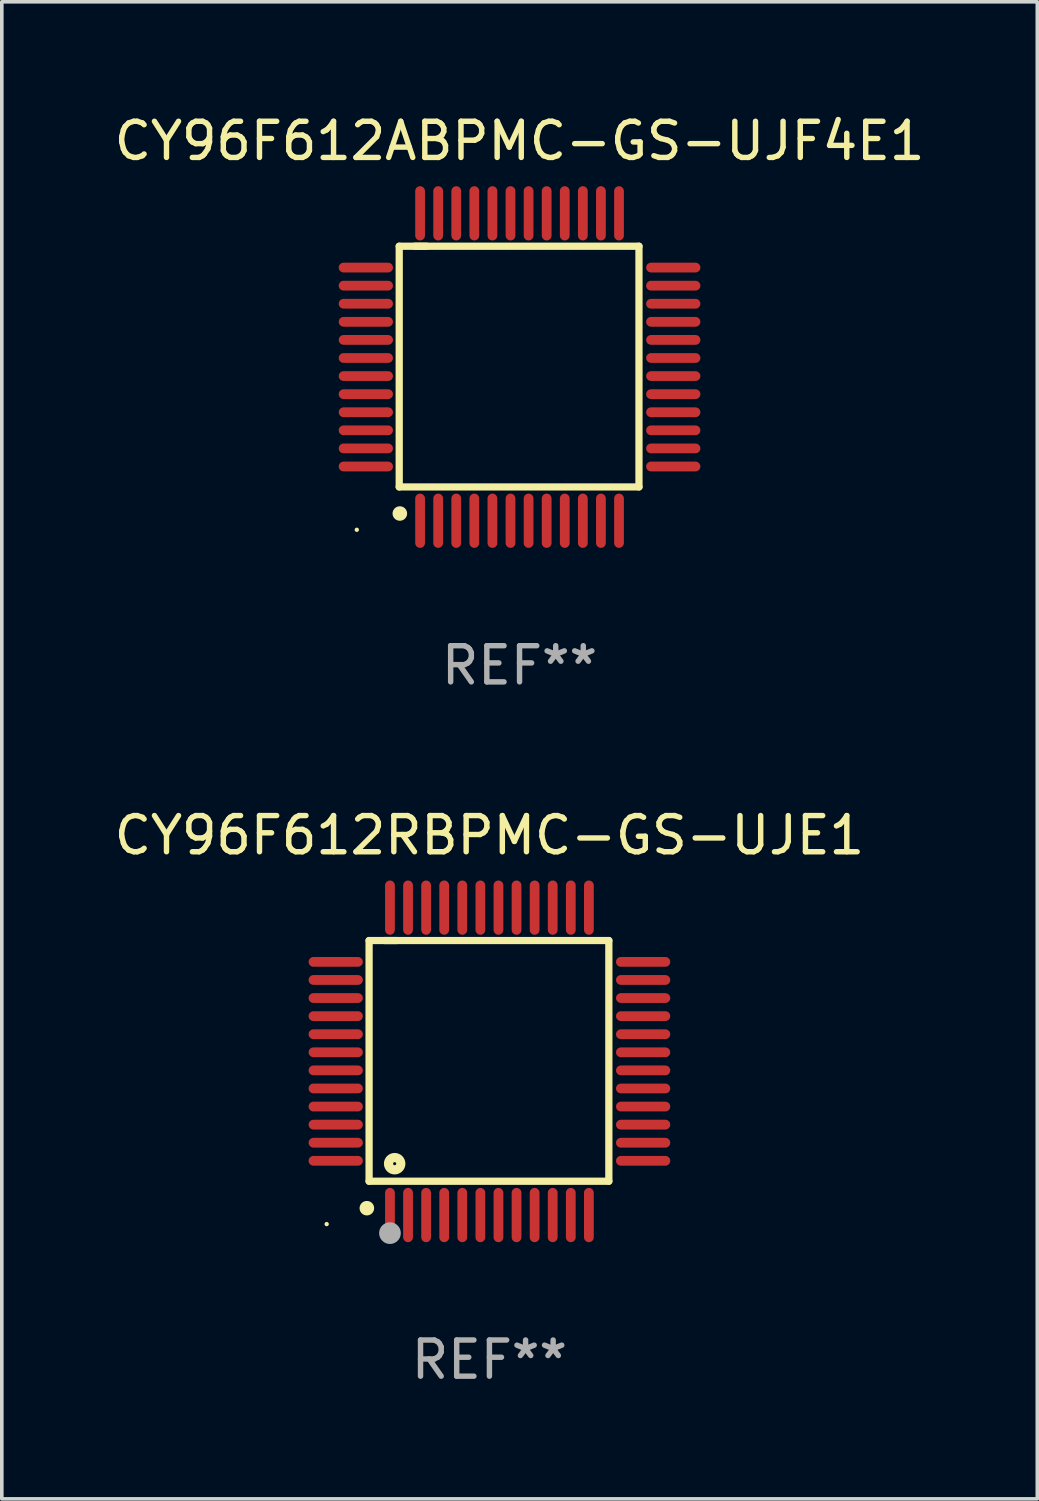
<source format=kicad_pcb>
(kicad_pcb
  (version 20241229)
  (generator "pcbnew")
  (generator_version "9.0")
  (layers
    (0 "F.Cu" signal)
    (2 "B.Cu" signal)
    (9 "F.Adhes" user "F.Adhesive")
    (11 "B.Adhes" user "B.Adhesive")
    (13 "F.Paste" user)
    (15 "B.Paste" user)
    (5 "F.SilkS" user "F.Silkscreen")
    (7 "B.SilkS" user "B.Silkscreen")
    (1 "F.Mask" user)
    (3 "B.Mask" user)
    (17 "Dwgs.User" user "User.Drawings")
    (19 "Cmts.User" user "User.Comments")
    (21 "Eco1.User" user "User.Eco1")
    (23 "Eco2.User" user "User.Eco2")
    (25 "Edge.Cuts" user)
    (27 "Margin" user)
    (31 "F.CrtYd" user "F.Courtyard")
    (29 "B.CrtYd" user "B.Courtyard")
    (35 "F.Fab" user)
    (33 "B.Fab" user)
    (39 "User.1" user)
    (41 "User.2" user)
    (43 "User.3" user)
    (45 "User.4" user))
  (footprint "CY96F612ABPMC-GS-UJF4E1"
    (layer "F.Cu")
    (at 11.315 7.098)
    (property "Reference" "CY96F612ABPMC-GS-UJF4E1" (at 0 -6.25 0) (layer "F.SilkS") (effects (font (size 1 1) (thickness 0.15))))
    (attr through_hole)
    (fp_line (start -3.327 -3.34) (end -2.565 -3.34) (stroke (width 0.2) (type solid)) (layer "F.SilkS"))
    (fp_line (start -3.327 3.315) (end -3.327 -3.34) (stroke (width 0.2) (type solid)) (layer "F.SilkS"))
    (fp_line (start -2.896 -3.34) (end 3.302 -3.34) (stroke (width 0.2) (type solid)) (layer "F.SilkS"))
    (fp_line (start 3.302 -3.34) (end 3.302 3.315) (stroke (width 0.2) (type solid)) (layer "F.SilkS"))
    (fp_line (start 3.302 3.315) (end -3.327 3.315) (stroke (width 0.2) (type solid)) (layer "F.SilkS"))
    (fp_arc (start -3.311278 4.050013) (mid -3.310008 4.050009) (end -3.308738 4.050013) (stroke (width 0.4) (type solid)) (layer "F.SilkS"))
    (fp_circle (center -4.5 4.5) (end -4.47 4.5) (stroke (width 0.06) (type solid)) (fill no) (layer "F.SilkS"))
    (fp_text user "REF**" (at 0 8.25 0) (layer "F.Fab") (effects (font (size 1 1) (thickness 0.15))))
    (pad "1" smd oval (at -2.75 4.25) (size 0.27 1.5) (layers "F.Cu" "F.Mask" "F.Paste"))
    (pad "2" smd oval (at -2.25 4.25) (size 0.27 1.5) (layers "F.Cu" "F.Mask" "F.Paste"))
    (pad "3" smd oval (at -1.75 4.25) (size 0.27 1.5) (layers "F.Cu" "F.Mask" "F.Paste"))
    (pad "4" smd oval (at -1.25 4.25) (size 0.27 1.5) (layers "F.Cu" "F.Mask" "F.Paste"))
    (pad "5" smd oval (at -0.75 4.25) (size 0.27 1.5) (layers "F.Cu" "F.Mask" "F.Paste"))
    (pad "6" smd oval (at -0.25 4.25) (size 0.27 1.5) (layers "F.Cu" "F.Mask" "F.Paste"))
    (pad "7" smd oval (at 0.25 4.25) (size 0.27 1.5) (layers "F.Cu" "F.Mask" "F.Paste"))
    (pad "8" smd oval (at 0.75 4.25) (size 0.27 1.5) (layers "F.Cu" "F.Mask" "F.Paste"))
    (pad "9" smd oval (at 1.25 4.25) (size 0.27 1.5) (layers "F.Cu" "F.Mask" "F.Paste"))
    (pad "10" smd oval (at 1.75 4.25) (size 0.27 1.5) (layers "F.Cu" "F.Mask" "F.Paste"))
    (pad "11" smd oval (at 2.25 4.25) (size 0.27 1.5) (layers "F.Cu" "F.Mask" "F.Paste"))
    (pad "12" smd oval (at 2.75 4.25) (size 0.27 1.5) (layers "F.Cu" "F.Mask" "F.Paste"))
    (pad "13" smd oval (at 4.25 2.75) (size 1.5 0.27) (layers "F.Cu" "F.Mask" "F.Paste"))
    (pad "14" smd oval (at 4.25 2.25) (size 1.5 0.27) (layers "F.Cu" "F.Mask" "F.Paste"))
    (pad "15" smd oval (at 4.25 1.75) (size 1.5 0.27) (layers "F.Cu" "F.Mask" "F.Paste"))
    (pad "16" smd oval (at 4.25 1.25) (size 1.5 0.27) (layers "F.Cu" "F.Mask" "F.Paste"))
    (pad "17" smd oval (at 4.25 0.75) (size 1.5 0.27) (layers "F.Cu" "F.Mask" "F.Paste"))
    (pad "18" smd oval (at 4.25 0.25) (size 1.5 0.27) (layers "F.Cu" "F.Mask" "F.Paste"))
    (pad "19" smd oval (at 4.25 -0.25) (size 1.5 0.27) (layers "F.Cu" "F.Mask" "F.Paste"))
    (pad "20" smd oval (at 4.25 -0.75) (size 1.5 0.27) (layers "F.Cu" "F.Mask" "F.Paste"))
    (pad "21" smd oval (at 4.25 -1.25) (size 1.5 0.27) (layers "F.Cu" "F.Mask" "F.Paste"))
    (pad "22" smd oval (at 4.25 -1.75) (size 1.5 0.27) (layers "F.Cu" "F.Mask" "F.Paste"))
    (pad "23" smd oval (at 4.25 -2.25) (size 1.5 0.27) (layers "F.Cu" "F.Mask" "F.Paste"))
    (pad "24" smd oval (at 4.25 -2.75) (size 1.5 0.27) (layers "F.Cu" "F.Mask" "F.Paste"))
    (pad "25" smd oval (at 2.75 -4.25) (size 0.27 1.5) (layers "F.Cu" "F.Mask" "F.Paste"))
    (pad "26" smd oval (at 2.25 -4.25) (size 0.27 1.5) (layers "F.Cu" "F.Mask" "F.Paste"))
    (pad "27" smd oval (at 1.75 -4.25) (size 0.27 1.5) (layers "F.Cu" "F.Mask" "F.Paste"))
    (pad "28" smd oval (at 1.25 -4.25) (size 0.27 1.5) (layers "F.Cu" "F.Mask" "F.Paste"))
    (pad "29" smd oval (at 0.75 -4.25) (size 0.27 1.5) (layers "F.Cu" "F.Mask" "F.Paste"))
    (pad "30" smd oval (at 0.25 -4.25) (size 0.27 1.5) (layers "F.Cu" "F.Mask" "F.Paste"))
    (pad "31" smd oval (at -0.25 -4.25) (size 0.27 1.5) (layers "F.Cu" "F.Mask" "F.Paste"))
    (pad "32" smd oval (at -0.75 -4.25) (size 0.27 1.5) (layers "F.Cu" "F.Mask" "F.Paste"))
    (pad "33" smd oval (at -1.25 -4.25) (size 0.27 1.5) (layers "F.Cu" "F.Mask" "F.Paste"))
    (pad "34" smd oval (at -1.75 -4.25) (size 0.27 1.5) (layers "F.Cu" "F.Mask" "F.Paste"))
    (pad "35" smd oval (at -2.25 -4.25) (size 0.27 1.5) (layers "F.Cu" "F.Mask" "F.Paste"))
    (pad "36" smd oval (at -2.75 -4.25) (size 0.27 1.5) (layers "F.Cu" "F.Mask" "F.Paste"))
    (pad "37" smd oval (at -4.25 -2.75) (size 1.5 0.27) (layers "F.Cu" "F.Mask" "F.Paste"))
    (pad "38" smd oval (at -4.25 -2.25) (size 1.5 0.27) (layers "F.Cu" "F.Mask" "F.Paste"))
    (pad "39" smd oval (at -4.25 -1.75) (size 1.5 0.27) (layers "F.Cu" "F.Mask" "F.Paste"))
    (pad "40" smd oval (at -4.25 -1.25) (size 1.5 0.27) (layers "F.Cu" "F.Mask" "F.Paste"))
    (pad "41" smd oval (at -4.25 -0.75) (size 1.5 0.27) (layers "F.Cu" "F.Mask" "F.Paste"))
    (pad "42" smd oval (at -4.25 -0.25) (size 1.5 0.27) (layers "F.Cu" "F.Mask" "F.Paste"))
    (pad "43" smd oval (at -4.25 0.25) (size 1.5 0.27) (layers "F.Cu" "F.Mask" "F.Paste"))
    (pad "44" smd oval (at -4.25 0.75) (size 1.5 0.27) (layers "F.Cu" "F.Mask" "F.Paste"))
    (pad "45" smd oval (at -4.25 1.25) (size 1.5 0.27) (layers "F.Cu" "F.Mask" "F.Paste"))
    (pad "46" smd oval (at -4.25 1.75) (size 1.5 0.27) (layers "F.Cu" "F.Mask" "F.Paste"))
    (pad "47" smd oval (at -4.25 2.25) (size 1.5 0.27) (layers "F.Cu" "F.Mask" "F.Paste"))
    (pad "48" smd oval (at -4.25 2.75) (size 1.5 0.27) (layers "F.Cu" "F.Mask" "F.Paste")))
  (footprint "CY96F612RBPMC-GS-UJE1"
    (layer "F.Cu")
    (at 10.482 26.295)
    (property "Reference" "CY96F612RBPMC-GS-UJE1" (at 0 -6.25 0) (layer "F.SilkS") (effects (font (size 1 1) (thickness 0.15))))
    (attr through_hole)
    (fp_line (start -3.327 -3.34) (end -2.565 -3.34) (stroke (width 0.2) (type solid)) (layer "F.SilkS"))
    (fp_line (start -3.327 3.315) (end -3.327 -3.34) (stroke (width 0.2) (type solid)) (layer "F.SilkS"))
    (fp_line (start -2.896 -3.34) (end 3.302 -3.34) (stroke (width 0.2) (type solid)) (layer "F.SilkS"))
    (fp_line (start 3.302 -3.34) (end 3.302 3.315) (stroke (width 0.2) (type solid)) (layer "F.SilkS"))
    (fp_line (start 3.302 3.315) (end -3.327 3.315) (stroke (width 0.2) (type solid)) (layer "F.SilkS"))
    (fp_arc (start -3.389992 4.059995) (mid -3.388722 4.059991) (end -3.387452 4.059995) (stroke (width 0.4) (type solid)) (layer "F.SilkS"))
    (fp_circle (center -4.5 4.5) (end -4.47 4.5) (stroke (width 0.06) (type solid)) (fill no) (layer "F.SilkS"))
    (fp_circle (center -2.62 2.83) (end -2.45 2.83) (stroke (width 0.254) (type solid)) (fill no) (layer "F.SilkS"))
    (fp_circle (center -2.75 4.75) (end -2.6 4.75) (stroke (width 0.3) (type solid)) (fill no) (layer "F.Fab"))
    (fp_text user "REF**" (at 0 8.25 0) (layer "F.Fab") (effects (font (size 1 1) (thickness 0.15))))
    (pad "1" smd oval (at -2.75 4.25) (size 0.27 1.5) (layers "F.Cu" "F.Mask" "F.Paste"))
    (pad "2" smd oval (at -2.25 4.25) (size 0.27 1.5) (layers "F.Cu" "F.Mask" "F.Paste"))
    (pad "3" smd oval (at -1.75 4.25) (size 0.27 1.5) (layers "F.Cu" "F.Mask" "F.Paste"))
    (pad "4" smd oval (at -1.25 4.25) (size 0.27 1.5) (layers "F.Cu" "F.Mask" "F.Paste"))
    (pad "5" smd oval (at -0.75 4.25) (size 0.27 1.5) (layers "F.Cu" "F.Mask" "F.Paste"))
    (pad "6" smd oval (at -0.25 4.25) (size 0.27 1.5) (layers "F.Cu" "F.Mask" "F.Paste"))
    (pad "7" smd oval (at 0.25 4.25) (size 0.27 1.5) (layers "F.Cu" "F.Mask" "F.Paste"))
    (pad "8" smd oval (at 0.75 4.25) (size 0.27 1.5) (layers "F.Cu" "F.Mask" "F.Paste"))
    (pad "9" smd oval (at 1.25 4.25) (size 0.27 1.5) (layers "F.Cu" "F.Mask" "F.Paste"))
    (pad "10" smd oval (at 1.75 4.25) (size 0.27 1.5) (layers "F.Cu" "F.Mask" "F.Paste"))
    (pad "11" smd oval (at 2.25 4.25) (size 0.27 1.5) (layers "F.Cu" "F.Mask" "F.Paste"))
    (pad "12" smd oval (at 2.75 4.25) (size 0.27 1.5) (layers "F.Cu" "F.Mask" "F.Paste"))
    (pad "13" smd oval (at 4.25 2.75) (size 1.5 0.27) (layers "F.Cu" "F.Mask" "F.Paste"))
    (pad "14" smd oval (at 4.25 2.25) (size 1.5 0.27) (layers "F.Cu" "F.Mask" "F.Paste"))
    (pad "15" smd oval (at 4.25 1.75) (size 1.5 0.27) (layers "F.Cu" "F.Mask" "F.Paste"))
    (pad "16" smd oval (at 4.25 1.25) (size 1.5 0.27) (layers "F.Cu" "F.Mask" "F.Paste"))
    (pad "17" smd oval (at 4.25 0.75) (size 1.5 0.27) (layers "F.Cu" "F.Mask" "F.Paste"))
    (pad "18" smd oval (at 4.25 0.25) (size 1.5 0.27) (layers "F.Cu" "F.Mask" "F.Paste"))
    (pad "19" smd oval (at 4.25 -0.25) (size 1.5 0.27) (layers "F.Cu" "F.Mask" "F.Paste"))
    (pad "20" smd oval (at 4.25 -0.75) (size 1.5 0.27) (layers "F.Cu" "F.Mask" "F.Paste"))
    (pad "21" smd oval (at 4.25 -1.25) (size 1.5 0.27) (layers "F.Cu" "F.Mask" "F.Paste"))
    (pad "22" smd oval (at 4.25 -1.75) (size 1.5 0.27) (layers "F.Cu" "F.Mask" "F.Paste"))
    (pad "23" smd oval (at 4.25 -2.25) (size 1.5 0.27) (layers "F.Cu" "F.Mask" "F.Paste"))
    (pad "24" smd oval (at 4.25 -2.75) (size 1.5 0.27) (layers "F.Cu" "F.Mask" "F.Paste"))
    (pad "25" smd oval (at 2.75 -4.25) (size 0.27 1.5) (layers "F.Cu" "F.Mask" "F.Paste"))
    (pad "26" smd oval (at 2.25 -4.25) (size 0.27 1.5) (layers "F.Cu" "F.Mask" "F.Paste"))
    (pad "27" smd oval (at 1.75 -4.25) (size 0.27 1.5) (layers "F.Cu" "F.Mask" "F.Paste"))
    (pad "28" smd oval (at 1.25 -4.25) (size 0.27 1.5) (layers "F.Cu" "F.Mask" "F.Paste"))
    (pad "29" smd oval (at 0.75 -4.25) (size 0.27 1.5) (layers "F.Cu" "F.Mask" "F.Paste"))
    (pad "30" smd oval (at 0.25 -4.25) (size 0.27 1.5) (layers "F.Cu" "F.Mask" "F.Paste"))
    (pad "31" smd oval (at -0.25 -4.25) (size 0.27 1.5) (layers "F.Cu" "F.Mask" "F.Paste"))
    (pad "32" smd oval (at -0.75 -4.25) (size 0.27 1.5) (layers "F.Cu" "F.Mask" "F.Paste"))
    (pad "33" smd oval (at -1.25 -4.25) (size 0.27 1.5) (layers "F.Cu" "F.Mask" "F.Paste"))
    (pad "34" smd oval (at -1.75 -4.25) (size 0.27 1.5) (layers "F.Cu" "F.Mask" "F.Paste"))
    (pad "35" smd oval (at -2.25 -4.25) (size 0.27 1.5) (layers "F.Cu" "F.Mask" "F.Paste"))
    (pad "36" smd oval (at -2.75 -4.25) (size 0.27 1.5) (layers "F.Cu" "F.Mask" "F.Paste"))
    (pad "37" smd oval (at -4.25 -2.75) (size 1.5 0.27) (layers "F.Cu" "F.Mask" "F.Paste"))
    (pad "38" smd oval (at -4.25 -2.25) (size 1.5 0.27) (layers "F.Cu" "F.Mask" "F.Paste"))
    (pad "39" smd oval (at -4.25 -1.75) (size 1.5 0.27) (layers "F.Cu" "F.Mask" "F.Paste"))
    (pad "40" smd oval (at -4.25 -1.25) (size 1.5 0.27) (layers "F.Cu" "F.Mask" "F.Paste"))
    (pad "41" smd oval (at -4.25 -0.75) (size 1.5 0.27) (layers "F.Cu" "F.Mask" "F.Paste"))
    (pad "42" smd oval (at -4.25 -0.25) (size 1.5 0.27) (layers "F.Cu" "F.Mask" "F.Paste"))
    (pad "43" smd oval (at -4.25 0.25) (size 1.5 0.27) (layers "F.Cu" "F.Mask" "F.Paste"))
    (pad "44" smd oval (at -4.25 0.75) (size 1.5 0.27) (layers "F.Cu" "F.Mask" "F.Paste"))
    (pad "45" smd oval (at -4.25 1.25) (size 1.5 0.27) (layers "F.Cu" "F.Mask" "F.Paste"))
    (pad "46" smd oval (at -4.25 1.75) (size 1.5 0.27) (layers "F.Cu" "F.Mask" "F.Paste"))
    (pad "47" smd oval (at -4.25 2.25) (size 1.5 0.27) (layers "F.Cu" "F.Mask" "F.Paste"))
    (pad "48" smd oval (at -4.25 2.75) (size 1.5 0.27) (layers "F.Cu" "F.Mask" "F.Paste")))
  (gr_rect
    (start -3 -3)
    (end 25.631 38.393)
    (stroke (width 0.1) (type default))
    (fill no)
    (layer "Edge.Cuts")))
</source>
